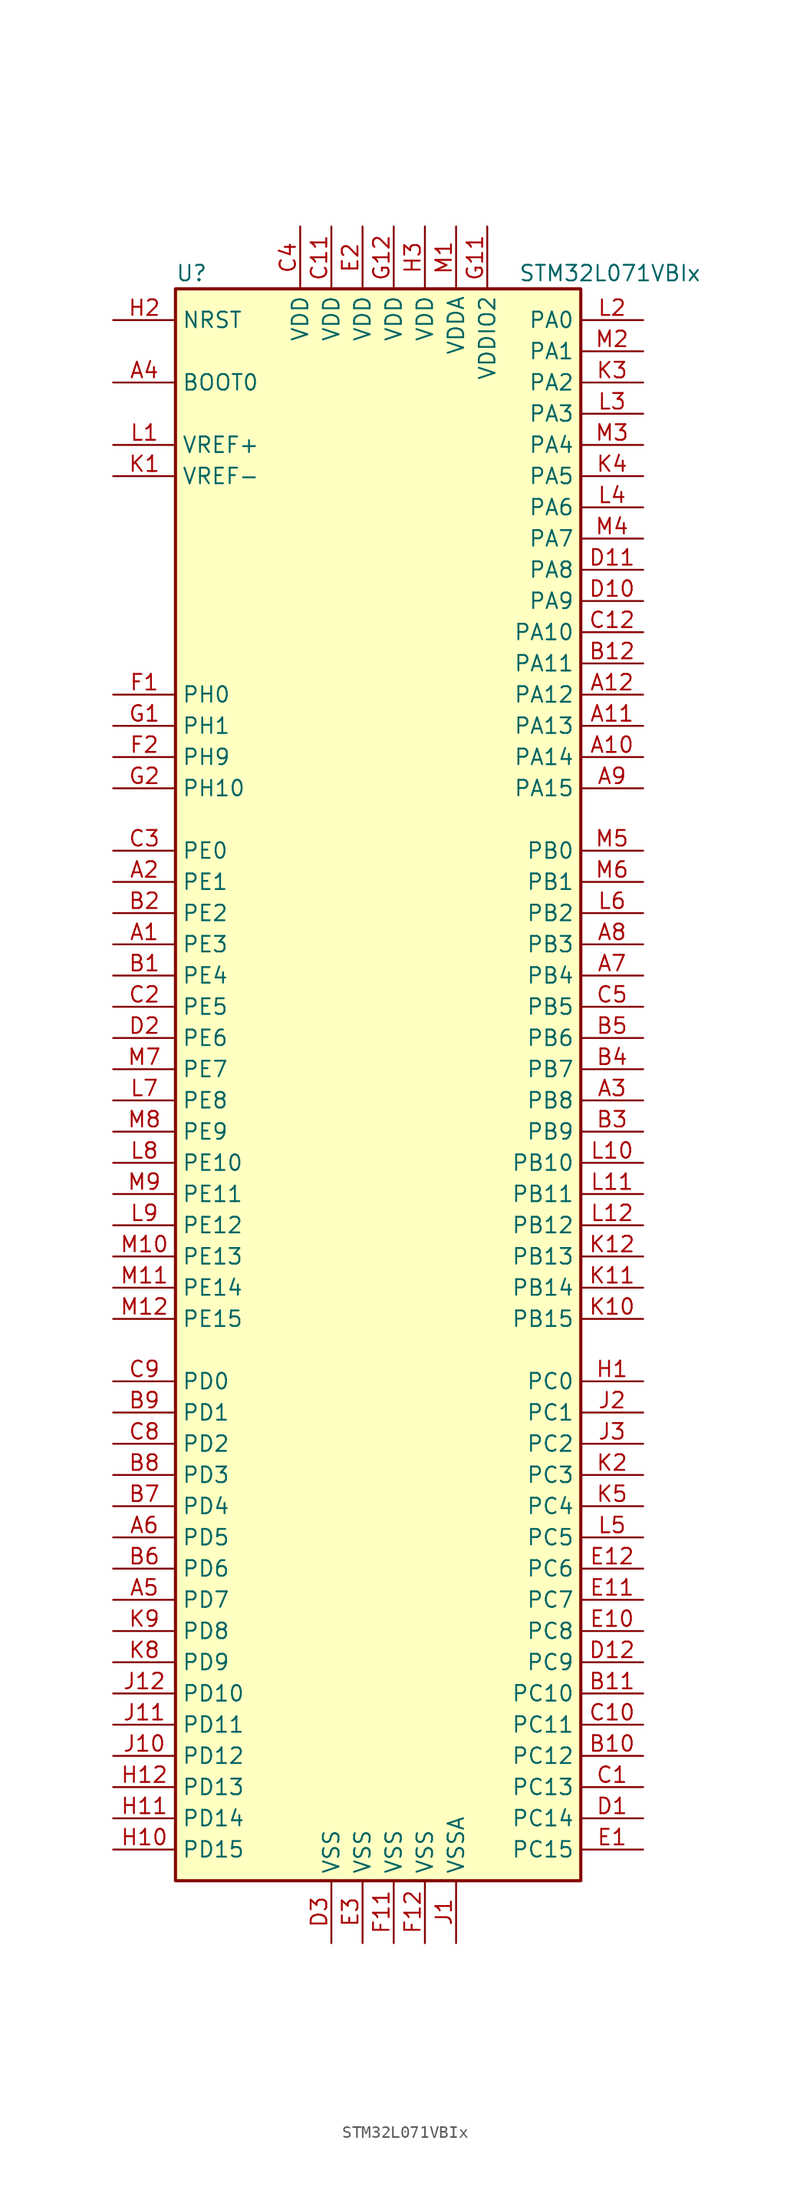
<source format=kicad_sym>
(kicad_symbol_lib
  (version 20201005)
  (generator kicad_symbol_editor)
  (symbol "MCU_ST_STM32L0:STM32L071VBIx"
    (property "Reference" "U"
      (at -17.78 64.77 0)
      (effects (font (size 1.27 1.27)) (justify left)))
    (property "Value" "STM32L071VBIx"
      (at 10.16 64.77 0)
      (effects (font (size 1.27 1.27)) (justify left)))
    (symbol "STM32L071VBIx_0_1"
      (rectangle (start -17.78 -66.04) (end 15.24 63.5) (stroke (width 0.254)) (fill (type background))))
    (symbol "STM32L071VBIx_1_1"
      (pin input line (at -22.86 55.88 0) (length 5.08) (name "BOOT0" (effects (font (size 1.27 1.27)))) (number "A4" (effects (font (size 1.27 1.27)))))
      (pin input line (at -22.86 60.96 0) (length 5.08) (name "NRST" (effects (font (size 1.27 1.27)))) (number "H2" (effects (font (size 1.27 1.27)))))
      (pin bidirectional line (at 20.32 60.96 180) (length 5.08) (name "PA0" (effects (font (size 1.27 1.27)))) (number "L2" (effects (font (size 1.27 1.27)))))
      (pin bidirectional line (at 20.32 58.42 180) (length 5.08) (name "PA1" (effects (font (size 1.27 1.27)))) (number "M2" (effects (font (size 1.27 1.27)))))
      (pin bidirectional line (at 20.32 35.56 180) (length 5.08) (name "PA10" (effects (font (size 1.27 1.27)))) (number "C12" (effects (font (size 1.27 1.27)))))
      (pin bidirectional line (at 20.32 33.02 180) (length 5.08) (name "PA11" (effects (font (size 1.27 1.27)))) (number "B12" (effects (font (size 1.27 1.27)))))
      (pin bidirectional line (at 20.32 30.48 180) (length 5.08) (name "PA12" (effects (font (size 1.27 1.27)))) (number "A12" (effects (font (size 1.27 1.27)))))
      (pin bidirectional line (at 20.32 27.94 180) (length 5.08) (name "PA13" (effects (font (size 1.27 1.27)))) (number "A11" (effects (font (size 1.27 1.27)))))
      (pin bidirectional line (at 20.32 25.4 180) (length 5.08) (name "PA14" (effects (font (size 1.27 1.27)))) (number "A10" (effects (font (size 1.27 1.27)))))
      (pin bidirectional line (at 20.32 22.86 180) (length 5.08) (name "PA15" (effects (font (size 1.27 1.27)))) (number "A9" (effects (font (size 1.27 1.27)))))
      (pin bidirectional line (at 20.32 55.88 180) (length 5.08) (name "PA2" (effects (font (size 1.27 1.27)))) (number "K3" (effects (font (size 1.27 1.27)))))
      (pin bidirectional line (at 20.32 53.34 180) (length 5.08) (name "PA3" (effects (font (size 1.27 1.27)))) (number "L3" (effects (font (size 1.27 1.27)))))
      (pin bidirectional line (at 20.32 50.8 180) (length 5.08) (name "PA4" (effects (font (size 1.27 1.27)))) (number "M3" (effects (font (size 1.27 1.27)))))
      (pin bidirectional line (at 20.32 48.26 180) (length 5.08) (name "PA5" (effects (font (size 1.27 1.27)))) (number "K4" (effects (font (size 1.27 1.27)))))
      (pin bidirectional line (at 20.32 45.72 180) (length 5.08) (name "PA6" (effects (font (size 1.27 1.27)))) (number "L4" (effects (font (size 1.27 1.27)))))
      (pin bidirectional line (at 20.32 43.18 180) (length 5.08) (name "PA7" (effects (font (size 1.27 1.27)))) (number "M4" (effects (font (size 1.27 1.27)))))
      (pin bidirectional line (at 20.32 40.64 180) (length 5.08) (name "PA8" (effects (font (size 1.27 1.27)))) (number "D11" (effects (font (size 1.27 1.27)))))
      (pin bidirectional line (at 20.32 38.1 180) (length 5.08) (name "PA9" (effects (font (size 1.27 1.27)))) (number "D10" (effects (font (size 1.27 1.27)))))
      (pin bidirectional line (at 20.32 17.78 180) (length 5.08) (name "PB0" (effects (font (size 1.27 1.27)))) (number "M5" (effects (font (size 1.27 1.27)))))
      (pin bidirectional line (at 20.32 15.24 180) (length 5.08) (name "PB1" (effects (font (size 1.27 1.27)))) (number "M6" (effects (font (size 1.27 1.27)))))
      (pin bidirectional line (at 20.32 -7.62 180) (length 5.08) (name "PB10" (effects (font (size 1.27 1.27)))) (number "L10" (effects (font (size 1.27 1.27)))))
      (pin bidirectional line (at 20.32 -10.16 180) (length 5.08) (name "PB11" (effects (font (size 1.27 1.27)))) (number "L11" (effects (font (size 1.27 1.27)))))
      (pin bidirectional line (at 20.32 -12.7 180) (length 5.08) (name "PB12" (effects (font (size 1.27 1.27)))) (number "L12" (effects (font (size 1.27 1.27)))))
      (pin bidirectional line (at 20.32 -15.24 180) (length 5.08) (name "PB13" (effects (font (size 1.27 1.27)))) (number "K12" (effects (font (size 1.27 1.27)))))
      (pin bidirectional line (at 20.32 -17.78 180) (length 5.08) (name "PB14" (effects (font (size 1.27 1.27)))) (number "K11" (effects (font (size 1.27 1.27)))))
      (pin bidirectional line (at 20.32 -20.32 180) (length 5.08) (name "PB15" (effects (font (size 1.27 1.27)))) (number "K10" (effects (font (size 1.27 1.27)))))
      (pin bidirectional line (at 20.32 12.7 180) (length 5.08) (name "PB2" (effects (font (size 1.27 1.27)))) (number "L6" (effects (font (size 1.27 1.27)))))
      (pin bidirectional line (at 20.32 10.16 180) (length 5.08) (name "PB3" (effects (font (size 1.27 1.27)))) (number "A8" (effects (font (size 1.27 1.27)))))
      (pin bidirectional line (at 20.32 7.62 180) (length 5.08) (name "PB4" (effects (font (size 1.27 1.27)))) (number "A7" (effects (font (size 1.27 1.27)))))
      (pin bidirectional line (at 20.32 5.08 180) (length 5.08) (name "PB5" (effects (font (size 1.27 1.27)))) (number "C5" (effects (font (size 1.27 1.27)))))
      (pin bidirectional line (at 20.32 2.54 180) (length 5.08) (name "PB6" (effects (font (size 1.27 1.27)))) (number "B5" (effects (font (size 1.27 1.27)))))
      (pin bidirectional line (at 20.32 0 180) (length 5.08) (name "PB7" (effects (font (size 1.27 1.27)))) (number "B4" (effects (font (size 1.27 1.27)))))
      (pin bidirectional line (at 20.32 -2.54 180) (length 5.08) (name "PB8" (effects (font (size 1.27 1.27)))) (number "A3" (effects (font (size 1.27 1.27)))))
      (pin bidirectional line (at 20.32 -5.08 180) (length 5.08) (name "PB9" (effects (font (size 1.27 1.27)))) (number "B3" (effects (font (size 1.27 1.27)))))
      (pin bidirectional line (at 20.32 -25.4 180) (length 5.08) (name "PC0" (effects (font (size 1.27 1.27)))) (number "H1" (effects (font (size 1.27 1.27)))))
      (pin bidirectional line (at 20.32 -27.94 180) (length 5.08) (name "PC1" (effects (font (size 1.27 1.27)))) (number "J2" (effects (font (size 1.27 1.27)))))
      (pin bidirectional line (at 20.32 -50.8 180) (length 5.08) (name "PC10" (effects (font (size 1.27 1.27)))) (number "B11" (effects (font (size 1.27 1.27)))))
      (pin bidirectional line (at 20.32 -53.34 180) (length 5.08) (name "PC11" (effects (font (size 1.27 1.27)))) (number "C10" (effects (font (size 1.27 1.27)))))
      (pin bidirectional line (at 20.32 -55.88 180) (length 5.08) (name "PC12" (effects (font (size 1.27 1.27)))) (number "B10" (effects (font (size 1.27 1.27)))))
      (pin bidirectional line (at 20.32 -58.42 180) (length 5.08) (name "PC13" (effects (font (size 1.27 1.27)))) (number "C1" (effects (font (size 1.27 1.27)))))
      (pin bidirectional line (at 20.32 -60.96 180) (length 5.08) (name "PC14" (effects (font (size 1.27 1.27)))) (number "D1" (effects (font (size 1.27 1.27)))))
      (pin bidirectional line (at 20.32 -63.5 180) (length 5.08) (name "PC15" (effects (font (size 1.27 1.27)))) (number "E1" (effects (font (size 1.27 1.27)))))
      (pin bidirectional line (at 20.32 -30.48 180) (length 5.08) (name "PC2" (effects (font (size 1.27 1.27)))) (number "J3" (effects (font (size 1.27 1.27)))))
      (pin bidirectional line (at 20.32 -33.02 180) (length 5.08) (name "PC3" (effects (font (size 1.27 1.27)))) (number "K2" (effects (font (size 1.27 1.27)))))
      (pin bidirectional line (at 20.32 -35.56 180) (length 5.08) (name "PC4" (effects (font (size 1.27 1.27)))) (number "K5" (effects (font (size 1.27 1.27)))))
      (pin bidirectional line (at 20.32 -38.1 180) (length 5.08) (name "PC5" (effects (font (size 1.27 1.27)))) (number "L5" (effects (font (size 1.27 1.27)))))
      (pin bidirectional line (at 20.32 -40.64 180) (length 5.08) (name "PC6" (effects (font (size 1.27 1.27)))) (number "E12" (effects (font (size 1.27 1.27)))))
      (pin bidirectional line (at 20.32 -43.18 180) (length 5.08) (name "PC7" (effects (font (size 1.27 1.27)))) (number "E11" (effects (font (size 1.27 1.27)))))
      (pin bidirectional line (at 20.32 -45.72 180) (length 5.08) (name "PC8" (effects (font (size 1.27 1.27)))) (number "E10" (effects (font (size 1.27 1.27)))))
      (pin bidirectional line (at 20.32 -48.26 180) (length 5.08) (name "PC9" (effects (font (size 1.27 1.27)))) (number "D12" (effects (font (size 1.27 1.27)))))
      (pin bidirectional line (at -22.86 -25.4 0) (length 5.08) (name "PD0" (effects (font (size 1.27 1.27)))) (number "C9" (effects (font (size 1.27 1.27)))))
      (pin bidirectional line (at -22.86 -27.94 0) (length 5.08) (name "PD1" (effects (font (size 1.27 1.27)))) (number "B9" (effects (font (size 1.27 1.27)))))
      (pin bidirectional line (at -22.86 -50.8 0) (length 5.08) (name "PD10" (effects (font (size 1.27 1.27)))) (number "J12" (effects (font (size 1.27 1.27)))))
      (pin bidirectional line (at -22.86 -53.34 0) (length 5.08) (name "PD11" (effects (font (size 1.27 1.27)))) (number "J11" (effects (font (size 1.27 1.27)))))
      (pin bidirectional line (at -22.86 -55.88 0) (length 5.08) (name "PD12" (effects (font (size 1.27 1.27)))) (number "J10" (effects (font (size 1.27 1.27)))))
      (pin bidirectional line (at -22.86 -58.42 0) (length 5.08) (name "PD13" (effects (font (size 1.27 1.27)))) (number "H12" (effects (font (size 1.27 1.27)))))
      (pin bidirectional line (at -22.86 -60.96 0) (length 5.08) (name "PD14" (effects (font (size 1.27 1.27)))) (number "H11" (effects (font (size 1.27 1.27)))))
      (pin bidirectional line (at -22.86 -63.5 0) (length 5.08) (name "PD15" (effects (font (size 1.27 1.27)))) (number "H10" (effects (font (size 1.27 1.27)))))
      (pin bidirectional line (at -22.86 -30.48 0) (length 5.08) (name "PD2" (effects (font (size 1.27 1.27)))) (number "C8" (effects (font (size 1.27 1.27)))))
      (pin bidirectional line (at -22.86 -33.02 0) (length 5.08) (name "PD3" (effects (font (size 1.27 1.27)))) (number "B8" (effects (font (size 1.27 1.27)))))
      (pin bidirectional line (at -22.86 -35.56 0) (length 5.08) (name "PD4" (effects (font (size 1.27 1.27)))) (number "B7" (effects (font (size 1.27 1.27)))))
      (pin bidirectional line (at -22.86 -38.1 0) (length 5.08) (name "PD5" (effects (font (size 1.27 1.27)))) (number "A6" (effects (font (size 1.27 1.27)))))
      (pin bidirectional line (at -22.86 -40.64 0) (length 5.08) (name "PD6" (effects (font (size 1.27 1.27)))) (number "B6" (effects (font (size 1.27 1.27)))))
      (pin bidirectional line (at -22.86 -43.18 0) (length 5.08) (name "PD7" (effects (font (size 1.27 1.27)))) (number "A5" (effects (font (size 1.27 1.27)))))
      (pin bidirectional line (at -22.86 -45.72 0) (length 5.08) (name "PD8" (effects (font (size 1.27 1.27)))) (number "K9" (effects (font (size 1.27 1.27)))))
      (pin bidirectional line (at -22.86 -48.26 0) (length 5.08) (name "PD9" (effects (font (size 1.27 1.27)))) (number "K8" (effects (font (size 1.27 1.27)))))
      (pin bidirectional line (at -22.86 17.78 0) (length 5.08) (name "PE0" (effects (font (size 1.27 1.27)))) (number "C3" (effects (font (size 1.27 1.27)))))
      (pin bidirectional line (at -22.86 15.24 0) (length 5.08) (name "PE1" (effects (font (size 1.27 1.27)))) (number "A2" (effects (font (size 1.27 1.27)))))
      (pin bidirectional line (at -22.86 -7.62 0) (length 5.08) (name "PE10" (effects (font (size 1.27 1.27)))) (number "L8" (effects (font (size 1.27 1.27)))))
      (pin bidirectional line (at -22.86 -10.16 0) (length 5.08) (name "PE11" (effects (font (size 1.27 1.27)))) (number "M9" (effects (font (size 1.27 1.27)))))
      (pin bidirectional line (at -22.86 -12.7 0) (length 5.08) (name "PE12" (effects (font (size 1.27 1.27)))) (number "L9" (effects (font (size 1.27 1.27)))))
      (pin bidirectional line (at -22.86 -15.24 0) (length 5.08) (name "PE13" (effects (font (size 1.27 1.27)))) (number "M10" (effects (font (size 1.27 1.27)))))
      (pin bidirectional line (at -22.86 -17.78 0) (length 5.08) (name "PE14" (effects (font (size 1.27 1.27)))) (number "M11" (effects (font (size 1.27 1.27)))))
      (pin bidirectional line (at -22.86 -20.32 0) (length 5.08) (name "PE15" (effects (font (size 1.27 1.27)))) (number "M12" (effects (font (size 1.27 1.27)))))
      (pin bidirectional line (at -22.86 12.7 0) (length 5.08) (name "PE2" (effects (font (size 1.27 1.27)))) (number "B2" (effects (font (size 1.27 1.27)))))
      (pin bidirectional line (at -22.86 10.16 0) (length 5.08) (name "PE3" (effects (font (size 1.27 1.27)))) (number "A1" (effects (font (size 1.27 1.27)))))
      (pin bidirectional line (at -22.86 7.62 0) (length 5.08) (name "PE4" (effects (font (size 1.27 1.27)))) (number "B1" (effects (font (size 1.27 1.27)))))
      (pin bidirectional line (at -22.86 5.08 0) (length 5.08) (name "PE5" (effects (font (size 1.27 1.27)))) (number "C2" (effects (font (size 1.27 1.27)))))
      (pin bidirectional line (at -22.86 2.54 0) (length 5.08) (name "PE6" (effects (font (size 1.27 1.27)))) (number "D2" (effects (font (size 1.27 1.27)))))
      (pin bidirectional line (at -22.86 0 0) (length 5.08) (name "PE7" (effects (font (size 1.27 1.27)))) (number "M7" (effects (font (size 1.27 1.27)))))
      (pin bidirectional line (at -22.86 -2.54 0) (length 5.08) (name "PE8" (effects (font (size 1.27 1.27)))) (number "L7" (effects (font (size 1.27 1.27)))))
      (pin bidirectional line (at -22.86 -5.08 0) (length 5.08) (name "PE9" (effects (font (size 1.27 1.27)))) (number "M8" (effects (font (size 1.27 1.27)))))
      (pin input line (at -22.86 30.48 0) (length 5.08) (name "PH0" (effects (font (size 1.27 1.27)))) (number "F1" (effects (font (size 1.27 1.27)))))
      (pin input line (at -22.86 27.94 0) (length 5.08) (name "PH1" (effects (font (size 1.27 1.27)))) (number "G1" (effects (font (size 1.27 1.27)))))
      (pin bidirectional line (at -22.86 22.86 0) (length 5.08) (name "PH10" (effects (font (size 1.27 1.27)))) (number "G2" (effects (font (size 1.27 1.27)))))
      (pin bidirectional line (at -22.86 25.4 0) (length 5.08) (name "PH9" (effects (font (size 1.27 1.27)))) (number "F2" (effects (font (size 1.27 1.27)))))
      (pin power_in line (at -5.08 68.58 270) (length 5.08) (name "VDD" (effects (font (size 1.27 1.27)))) (number "C11" (effects (font (size 1.27 1.27)))))
      (pin power_in line (at -7.62 68.58 270) (length 5.08) (name "VDD" (effects (font (size 1.27 1.27)))) (number "C4" (effects (font (size 1.27 1.27)))))
      (pin power_in line (at -2.54 68.58 270) (length 5.08) (name "VDD" (effects (font (size 1.27 1.27)))) (number "E2" (effects (font (size 1.27 1.27)))))
      (pin power_in line (at 0 68.58 270) (length 5.08) (name "VDD" (effects (font (size 1.27 1.27)))) (number "G12" (effects (font (size 1.27 1.27)))))
      (pin power_in line (at 2.54 68.58 270) (length 5.08) (name "VDD" (effects (font (size 1.27 1.27)))) (number "H3" (effects (font (size 1.27 1.27)))))
      (pin power_in line (at 5.08 68.58 270) (length 5.08) (name "VDDA" (effects (font (size 1.27 1.27)))) (number "M1" (effects (font (size 1.27 1.27)))))
      (pin power_in line (at 7.62 68.58 270) (length 5.08) (name "VDDIO2" (effects (font (size 1.27 1.27)))) (number "G11" (effects (font (size 1.27 1.27)))))
      (pin power_in line (at -22.86 50.8 0) (length 5.08) (name "VREF+" (effects (font (size 1.27 1.27)))) (number "L1" (effects (font (size 1.27 1.27)))))
      (pin power_in line (at -22.86 48.26 0) (length 5.08) (name "VREF-" (effects (font (size 1.27 1.27)))) (number "K1" (effects (font (size 1.27 1.27)))))
      (pin power_in line (at -5.08 -71.12 90) (length 5.08) (name "VSS" (effects (font (size 1.27 1.27)))) (number "D3" (effects (font (size 1.27 1.27)))))
      (pin power_in line (at -2.54 -71.12 90) (length 5.08) (name "VSS" (effects (font (size 1.27 1.27)))) (number "E3" (effects (font (size 1.27 1.27)))))
      (pin power_in line (at 0 -71.12 90) (length 5.08) (name "VSS" (effects (font (size 1.27 1.27)))) (number "F11" (effects (font (size 1.27 1.27)))))
      (pin power_in line (at 2.54 -71.12 90) (length 5.08) (name "VSS" (effects (font (size 1.27 1.27)))) (number "F12" (effects (font (size 1.27 1.27)))))
      (pin power_in line (at 5.08 -71.12 90) (length 5.08) (name "VSSA" (effects (font (size 1.27 1.27)))) (number "J1" (effects (font (size 1.27 1.27))))))))
</source>
